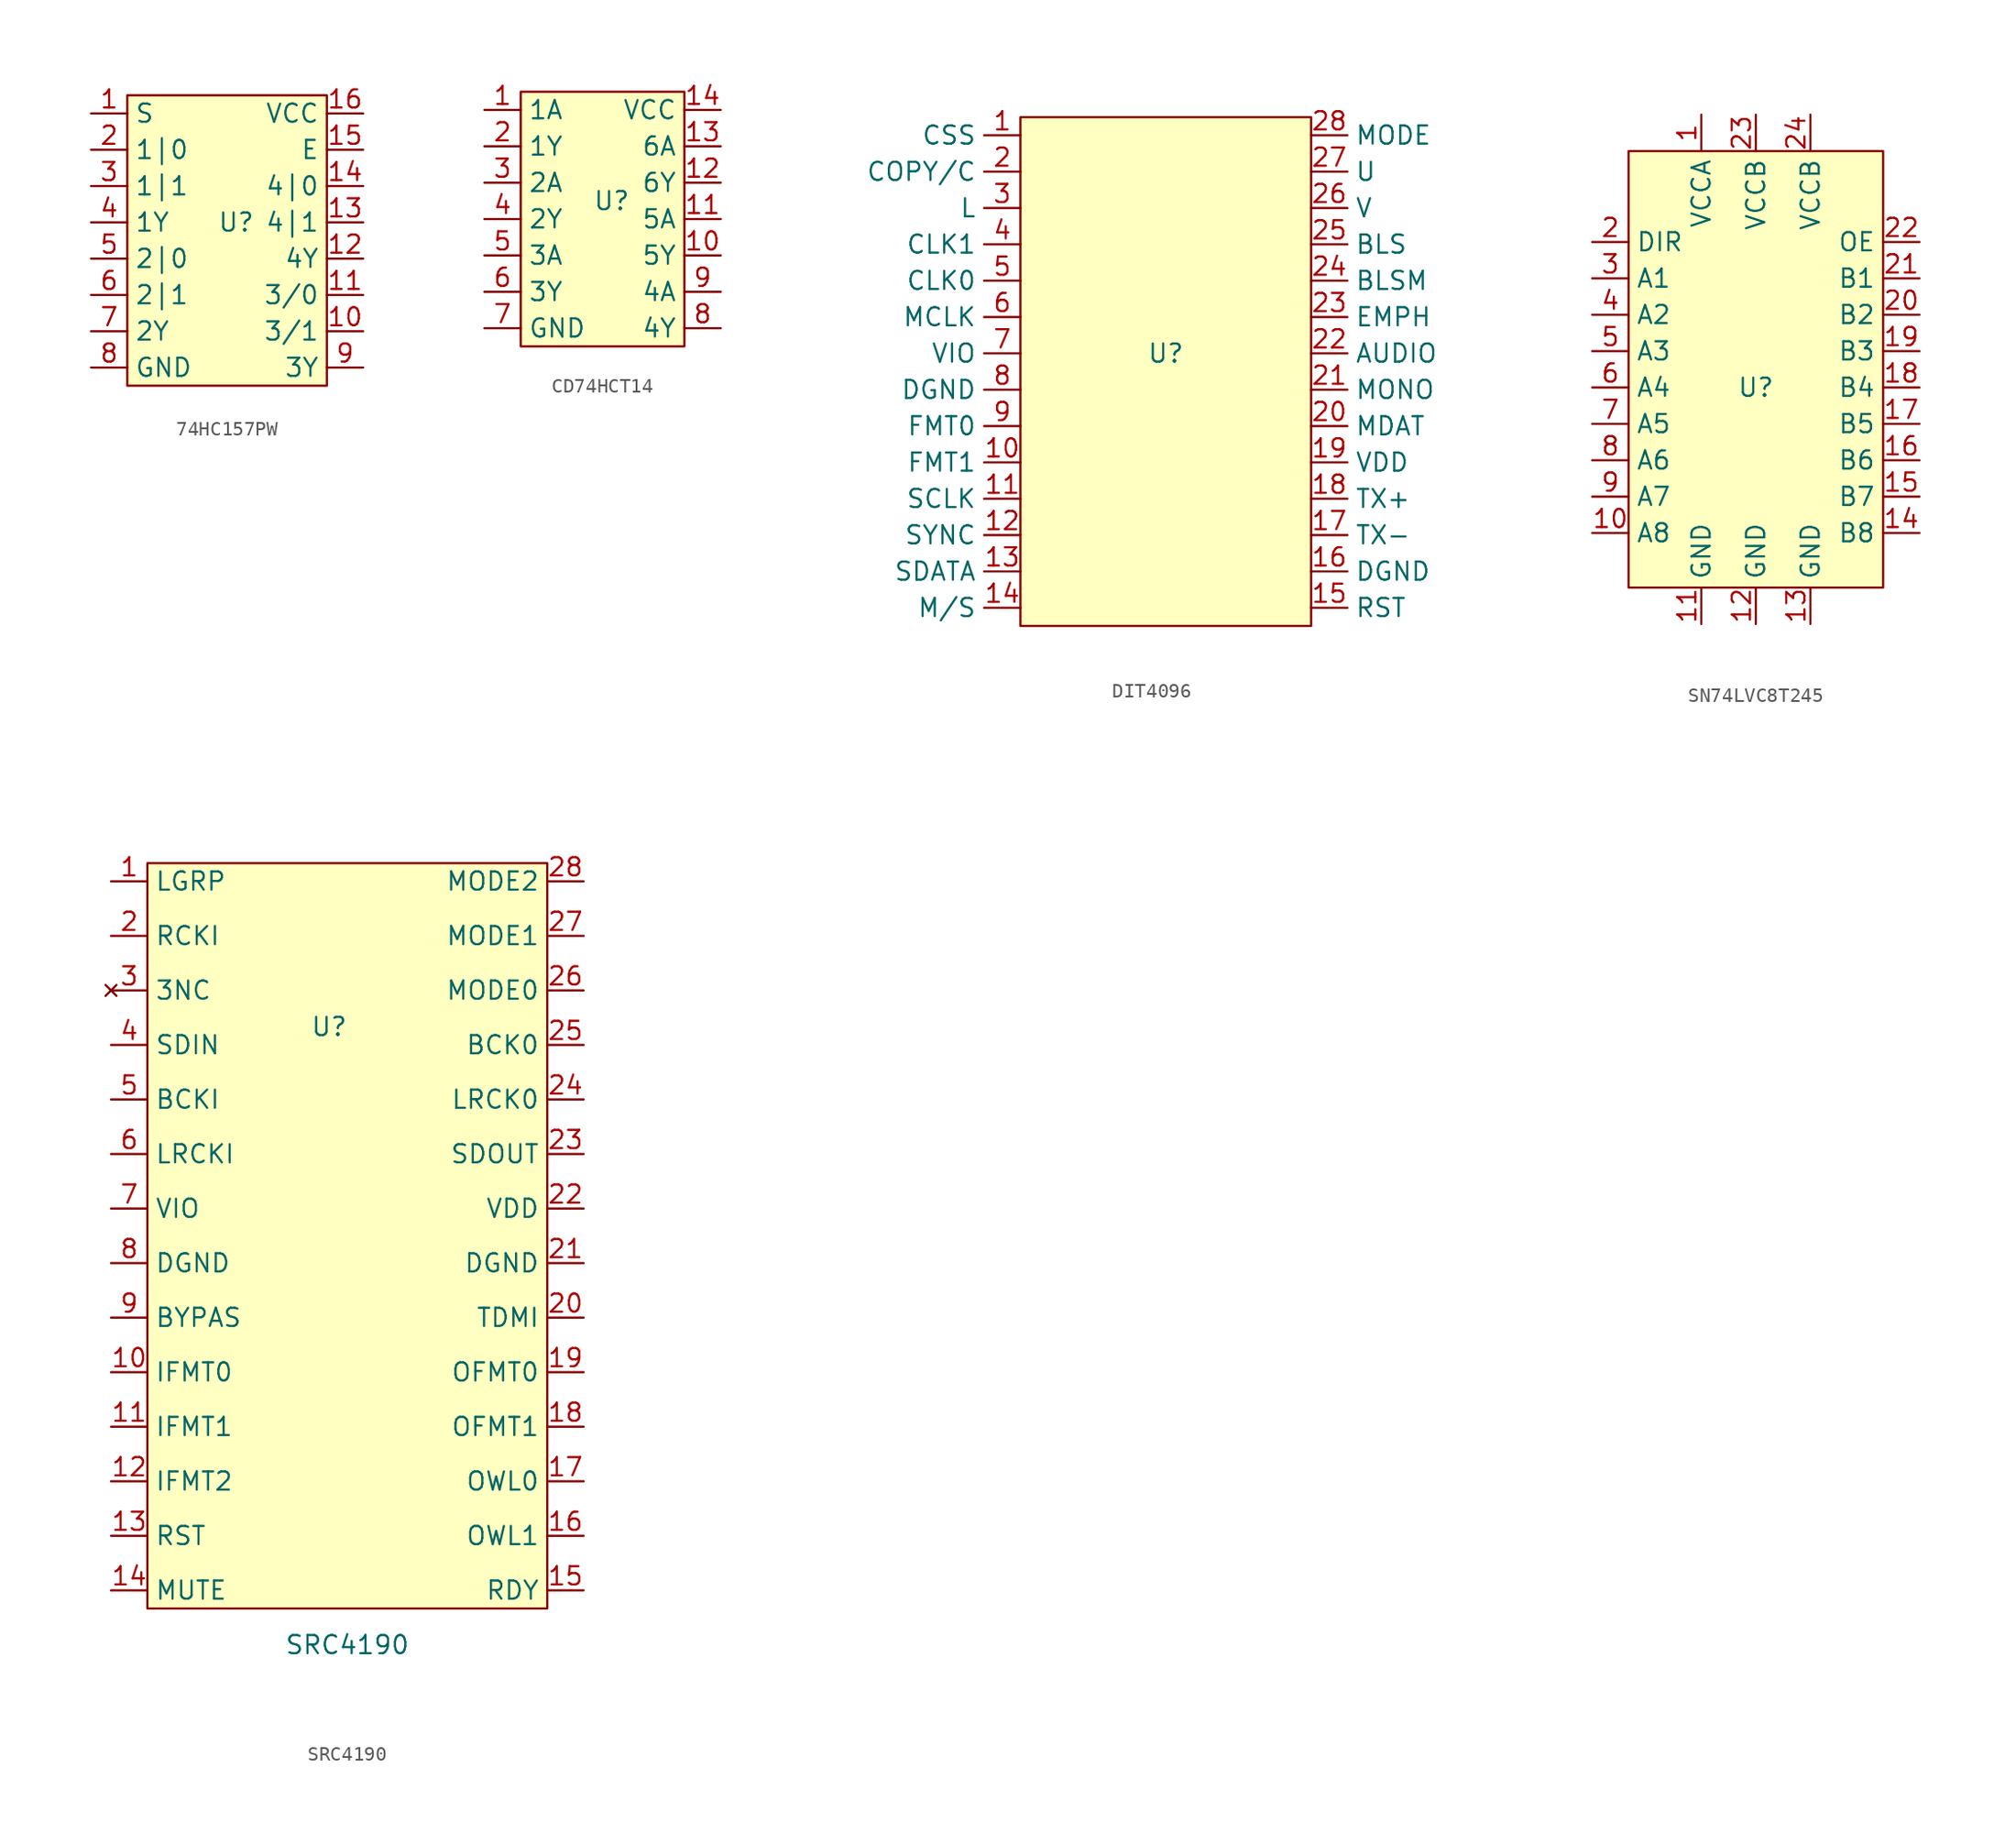
<source format=kicad_sym>
(kicad_symbol_lib
  (version 20231120)
  (generator "kicad_symbol_editor")
  (generator_version "8.0")
  (symbol "74HC157PW"
    (property "Reference" "U"
      (at 0 0 0)
      (effects (font (size 1.27 1.27))))
    (property "Value" ""
      (at 1.27 -2.54 0)
      (effects (font (size 1.27 1.27))))
    (symbol "74HC157PW_1_1"
      (rectangle (start -7.62 8.89) (end 6.35 -11.43) (stroke (width 0) (type default)) (fill (type background)))
      (pin input line (at -10.16 7.62 0) (length 2.54) (name "S" (effects (font (size 1.27 1.27)))) (number "1" (effects (font (size 1.27 1.27)))))
      (pin input line (at 8.89 -7.62 180) (length 2.54) (name "3/1" (effects (font (size 1.27 1.27)))) (number "10" (effects (font (size 1.27 1.27)))))
      (pin input line (at 8.89 -5.08 180) (length 2.54) (name "3/0" (effects (font (size 1.27 1.27)))) (number "11" (effects (font (size 1.27 1.27)))))
      (pin output line (at 8.89 -2.54 180) (length 2.54) (name "4Y" (effects (font (size 1.27 1.27)))) (number "12" (effects (font (size 1.27 1.27)))))
      (pin input line (at 8.89 0 180) (length 2.54) (name "4|1" (effects (font (size 1.27 1.27)))) (number "13" (effects (font (size 1.27 1.27)))))
      (pin input line (at 8.89 2.54 180) (length 2.54) (name "4|0" (effects (font (size 1.27 1.27)))) (number "14" (effects (font (size 1.27 1.27)))))
      (pin input line (at 8.89 5.08 180) (length 2.54) (name "E" (effects (font (size 1.27 1.27)))) (number "15" (effects (font (size 1.27 1.27)))))
      (pin power_in line (at 8.89 7.62 180) (length 2.54) (name "VCC" (effects (font (size 1.27 1.27)))) (number "16" (effects (font (size 1.27 1.27)))))
      (pin input line (at -10.16 5.08 0) (length 2.54) (name "1|0" (effects (font (size 1.27 1.27)))) (number "2" (effects (font (size 1.27 1.27)))))
      (pin input line (at -10.16 2.54 0) (length 2.54) (name "1|1" (effects (font (size 1.27 1.27)))) (number "3" (effects (font (size 1.27 1.27)))))
      (pin output line (at -10.16 0 0) (length 2.54) (name "1Y" (effects (font (size 1.27 1.27)))) (number "4" (effects (font (size 1.27 1.27)))))
      (pin input line (at -10.16 -2.54 0) (length 2.54) (name "2|0" (effects (font (size 1.27 1.27)))) (number "5" (effects (font (size 1.27 1.27)))))
      (pin input line (at -10.16 -5.08 0) (length 2.54) (name "2|1" (effects (font (size 1.27 1.27)))) (number "6" (effects (font (size 1.27 1.27)))))
      (pin output line (at -10.16 -7.62 0) (length 2.54) (name "2Y" (effects (font (size 1.27 1.27)))) (number "7" (effects (font (size 1.27 1.27)))))
      (pin power_in line (at -10.16 -10.16 0) (length 2.54) (name "GND" (effects (font (size 1.27 1.27)))) (number "8" (effects (font (size 1.27 1.27)))))
      (pin output line (at 8.89 -10.16 180) (length 2.54) (name "3Y" (effects (font (size 1.27 1.27)))) (number "9" (effects (font (size 1.27 1.27)))))))
  (symbol "CD74HCT14"
    (property "Reference" "U"
      (at 0 0 0)
      (effects (font (size 1.27 1.27))))
    (property "Value" ""
      (at 0 0 0)
      (effects (font (size 1.27 1.27))))
    (symbol "CD74HCT14_1_1"
      (rectangle (start -6.35 7.62) (end 5.08 -10.16) (stroke (width 0) (type default)) (fill (type background)))
      (pin input line (at -8.89 6.35 0) (length 2.54) (name "1A" (effects (font (size 1.27 1.27)))) (number "1" (effects (font (size 1.27 1.27)))))
      (pin input line (at 7.62 -3.81 180) (length 2.54) (name "5Y" (effects (font (size 1.27 1.27)))) (number "10" (effects (font (size 1.27 1.27)))))
      (pin input line (at 7.62 -1.27 180) (length 2.54) (name "5A" (effects (font (size 1.27 1.27)))) (number "11" (effects (font (size 1.27 1.27)))))
      (pin input line (at 7.62 1.27 180) (length 2.54) (name "6Y" (effects (font (size 1.27 1.27)))) (number "12" (effects (font (size 1.27 1.27)))))
      (pin input line (at 7.62 3.81 180) (length 2.54) (name "6A" (effects (font (size 1.27 1.27)))) (number "13" (effects (font (size 1.27 1.27)))))
      (pin power_in line (at 7.62 6.35 180) (length 2.54) (name "VCC" (effects (font (size 1.27 1.27)))) (number "14" (effects (font (size 1.27 1.27)))))
      (pin output line (at -8.89 3.81 0) (length 2.54) (name "1Y" (effects (font (size 1.27 1.27)))) (number "2" (effects (font (size 1.27 1.27)))))
      (pin input line (at -8.89 1.27 0) (length 2.54) (name "2A" (effects (font (size 1.27 1.27)))) (number "3" (effects (font (size 1.27 1.27)))))
      (pin output line (at -8.89 -1.27 0) (length 2.54) (name "2Y" (effects (font (size 1.27 1.27)))) (number "4" (effects (font (size 1.27 1.27)))))
      (pin input line (at -8.89 -3.81 0) (length 2.54) (name "3A" (effects (font (size 1.27 1.27)))) (number "5" (effects (font (size 1.27 1.27)))))
      (pin output line (at -8.89 -6.35 0) (length 2.54) (name "3Y" (effects (font (size 1.27 1.27)))) (number "6" (effects (font (size 1.27 1.27)))))
      (pin power_in line (at -8.89 -8.89 0) (length 2.54) (name "GND" (effects (font (size 1.27 1.27)))) (number "7" (effects (font (size 1.27 1.27)))))
      (pin input line (at 7.62 -8.89 180) (length 2.54) (name "4Y" (effects (font (size 1.27 1.27)))) (number "8" (effects (font (size 1.27 1.27)))))
      (pin input line (at 7.62 -6.35 180) (length 2.54) (name "4A" (effects (font (size 1.27 1.27)))) (number "9" (effects (font (size 1.27 1.27)))))))
  (symbol "DIT4096"
    (property "Reference" "U"
      (at 0 0 0)
      (effects (font (size 1.27 1.27))))
    (property "Value" ""
      (at 0 0 0)
      (effects (font (size 1.27 1.27))))
    (symbol "DIT4096_1_1"
      (rectangle (start -10.16 16.51) (end 10.16 -19.05) (stroke (width 0) (type default)) (fill (type background)))
      (pin input line (at -10.16 15.24 180) (length 2.54) (name "CSS" (effects (font (size 1.27 1.27)))) (number "1" (effects (font (size 1.27 1.27)))))
      (pin input line (at -10.16 -7.62 180) (length 2.54) (name "FMT1" (effects (font (size 1.27 1.27)))) (number "10" (effects (font (size 1.27 1.27)))))
      (pin input line (at -10.16 -10.16 180) (length 2.54) (name "SCLK" (effects (font (size 1.27 1.27)))) (number "11" (effects (font (size 1.27 1.27)))))
      (pin input line (at -10.16 -12.7 180) (length 2.54) (name "SYNC" (effects (font (size 1.27 1.27)))) (number "12" (effects (font (size 1.27 1.27)))))
      (pin input line (at -10.16 -15.24 180) (length 2.54) (name "SDATA" (effects (font (size 1.27 1.27)))) (number "13" (effects (font (size 1.27 1.27)))))
      (pin input line (at -10.16 -17.78 180) (length 2.54) (name "M/S" (effects (font (size 1.27 1.27)))) (number "14" (effects (font (size 1.27 1.27)))))
      (pin input line (at 10.16 -17.78 0) (length 2.54) (name "RST" (effects (font (size 1.27 1.27)))) (number "15" (effects (font (size 1.27 1.27)))))
      (pin power_in line (at 10.16 -15.24 0) (length 2.54) (name "DGND" (effects (font (size 1.27 1.27)))) (number "16" (effects (font (size 1.27 1.27)))))
      (pin output line (at 10.16 -12.7 0) (length 2.54) (name "TX-" (effects (font (size 1.27 1.27)))) (number "17" (effects (font (size 1.27 1.27)))))
      (pin output line (at 10.16 -10.16 0) (length 2.54) (name "TX+" (effects (font (size 1.27 1.27)))) (number "18" (effects (font (size 1.27 1.27)))))
      (pin power_in line (at 10.16 -7.62 0) (length 2.54) (name "VDD" (effects (font (size 1.27 1.27)))) (number "19" (effects (font (size 1.27 1.27)))))
      (pin input line (at -10.16 12.7 180) (length 2.54) (name "COPY/C" (effects (font (size 1.27 1.27)))) (number "2" (effects (font (size 1.27 1.27)))))
      (pin input line (at 10.16 -5.08 0) (length 2.54) (name "MDAT" (effects (font (size 1.27 1.27)))) (number "20" (effects (font (size 1.27 1.27)))))
      (pin input line (at 10.16 -2.54 0) (length 2.54) (name "MONO" (effects (font (size 1.27 1.27)))) (number "21" (effects (font (size 1.27 1.27)))))
      (pin input line (at 10.16 0 0) (length 2.54) (name "AUDIO" (effects (font (size 1.27 1.27)))) (number "22" (effects (font (size 1.27 1.27)))))
      (pin input line (at 10.16 2.54 0) (length 2.54) (name "EMPH" (effects (font (size 1.27 1.27)))) (number "23" (effects (font (size 1.27 1.27)))))
      (pin input line (at 10.16 5.08 0) (length 2.54) (name "BLSM" (effects (font (size 1.27 1.27)))) (number "24" (effects (font (size 1.27 1.27)))))
      (pin input line (at 10.16 7.62 0) (length 2.54) (name "BLS" (effects (font (size 1.27 1.27)))) (number "25" (effects (font (size 1.27 1.27)))))
      (pin input line (at 10.16 10.16 0) (length 2.54) (name "V" (effects (font (size 1.27 1.27)))) (number "26" (effects (font (size 1.27 1.27)))))
      (pin input line (at 10.16 12.7 0) (length 2.54) (name "U" (effects (font (size 1.27 1.27)))) (number "27" (effects (font (size 1.27 1.27)))))
      (pin input line (at 10.16 15.24 0) (length 2.54) (name "MODE" (effects (font (size 1.27 1.27)))) (number "28" (effects (font (size 1.27 1.27)))))
      (pin input line (at -10.16 10.16 180) (length 2.54) (name "L" (effects (font (size 1.27 1.27)))) (number "3" (effects (font (size 1.27 1.27)))))
      (pin input line (at -10.16 7.62 180) (length 2.54) (name "CLK1" (effects (font (size 1.27 1.27)))) (number "4" (effects (font (size 1.27 1.27)))))
      (pin input line (at -10.16 5.08 180) (length 2.54) (name "CLK0" (effects (font (size 1.27 1.27)))) (number "5" (effects (font (size 1.27 1.27)))))
      (pin input line (at -10.16 2.54 180) (length 2.54) (name "MCLK" (effects (font (size 1.27 1.27)))) (number "6" (effects (font (size 1.27 1.27)))))
      (pin input line (at -10.16 0 180) (length 2.54) (name "VIO" (effects (font (size 1.27 1.27)))) (number "7" (effects (font (size 1.27 1.27)))))
      (pin power_in line (at -10.16 -2.54 180) (length 2.54) (name "DGND" (effects (font (size 1.27 1.27)))) (number "8" (effects (font (size 1.27 1.27)))))
      (pin input line (at -10.16 -5.08 180) (length 2.54) (name "FMT0" (effects (font (size 1.27 1.27)))) (number "9" (effects (font (size 1.27 1.27)))))))
  (symbol "SN74LVC8T245"
    (property "Reference" "U"
      (at 0 0 0)
      (effects (font (size 1.27 1.27))))
    (property "Value" ""
      (at 0 0 0)
      (effects (font (size 1.27 1.27))))
    (symbol "SN74LVC8T245_1_1"
      (rectangle (start -8.89 16.51) (end 8.89 -13.97) (stroke (width 0) (type default)) (fill (type background)))
      (pin power_in line (at -3.81 19.05 270) (length 2.54) (name "VCCA" (effects (font (size 1.27 1.27)))) (number "1" (effects (font (size 1.27 1.27)))))
      (pin bidirectional line (at -11.43 -10.16 0) (length 2.54) (name "A8" (effects (font (size 1.27 1.27)))) (number "10" (effects (font (size 1.27 1.27)))))
      (pin power_in line (at -3.81 -16.51 90) (length 2.54) (name "GND" (effects (font (size 1.27 1.27)))) (number "11" (effects (font (size 1.27 1.27)))))
      (pin power_in line (at 0 -16.51 90) (length 2.54) (name "GND" (effects (font (size 1.27 1.27)))) (number "12" (effects (font (size 1.27 1.27)))))
      (pin power_in line (at 3.81 -16.51 90) (length 2.54) (name "GND" (effects (font (size 1.27 1.27)))) (number "13" (effects (font (size 1.27 1.27)))))
      (pin bidirectional line (at 11.43 -10.16 180) (length 2.54) (name "B8" (effects (font (size 1.27 1.27)))) (number "14" (effects (font (size 1.27 1.27)))))
      (pin bidirectional line (at 11.43 -7.62 180) (length 2.54) (name "B7" (effects (font (size 1.27 1.27)))) (number "15" (effects (font (size 1.27 1.27)))))
      (pin bidirectional line (at 11.43 -5.08 180) (length 2.54) (name "B6" (effects (font (size 1.27 1.27)))) (number "16" (effects (font (size 1.27 1.27)))))
      (pin bidirectional line (at 11.43 -2.54 180) (length 2.54) (name "B5" (effects (font (size 1.27 1.27)))) (number "17" (effects (font (size 1.27 1.27)))))
      (pin bidirectional line (at 11.43 0 180) (length 2.54) (name "B4" (effects (font (size 1.27 1.27)))) (number "18" (effects (font (size 1.27 1.27)))))
      (pin bidirectional line (at 11.43 2.54 180) (length 2.54) (name "B3" (effects (font (size 1.27 1.27)))) (number "19" (effects (font (size 1.27 1.27)))))
      (pin input line (at -11.43 10.16 0) (length 2.54) (name "DIR" (effects (font (size 1.27 1.27)))) (number "2" (effects (font (size 1.27 1.27)))))
      (pin bidirectional line (at 11.43 5.08 180) (length 2.54) (name "B2" (effects (font (size 1.27 1.27)))) (number "20" (effects (font (size 1.27 1.27)))))
      (pin bidirectional line (at 11.43 7.62 180) (length 2.54) (name "B1" (effects (font (size 1.27 1.27)))) (number "21" (effects (font (size 1.27 1.27)))))
      (pin input line (at 11.43 10.16 180) (length 2.54) (name "OE" (effects (font (size 1.27 1.27)))) (number "22" (effects (font (size 1.27 1.27)))))
      (pin power_in line (at 0 19.05 270) (length 2.54) (name "VCCB" (effects (font (size 1.27 1.27)))) (number "23" (effects (font (size 1.27 1.27)))))
      (pin power_in line (at 3.81 19.05 270) (length 2.54) (name "VCCB" (effects (font (size 1.27 1.27)))) (number "24" (effects (font (size 1.27 1.27)))))
      (pin bidirectional line (at -11.43 7.62 0) (length 2.54) (name "A1" (effects (font (size 1.27 1.27)))) (number "3" (effects (font (size 1.27 1.27)))))
      (pin bidirectional line (at -11.43 5.08 0) (length 2.54) (name "A2" (effects (font (size 1.27 1.27)))) (number "4" (effects (font (size 1.27 1.27)))))
      (pin bidirectional line (at -11.43 2.54 0) (length 2.54) (name "A3" (effects (font (size 1.27 1.27)))) (number "5" (effects (font (size 1.27 1.27)))))
      (pin bidirectional line (at -11.43 0 0) (length 2.54) (name "A4" (effects (font (size 1.27 1.27)))) (number "6" (effects (font (size 1.27 1.27)))))
      (pin bidirectional line (at -11.43 -2.54 0) (length 2.54) (name "A5" (effects (font (size 1.27 1.27)))) (number "7" (effects (font (size 1.27 1.27)))))
      (pin bidirectional line (at -11.43 -5.08 0) (length 2.54) (name "A6" (effects (font (size 1.27 1.27)))) (number "8" (effects (font (size 1.27 1.27)))))
      (pin bidirectional line (at -11.43 -7.62 0) (length 2.54) (name "A7" (effects (font (size 1.27 1.27)))) (number "9" (effects (font (size 1.27 1.27)))))))
  (symbol "SRC4190"
    (property "Reference" "U"
      (at -1.27 13.97 0)
      (effects (font (size 1.27 1.27))))
    (property "Value" "SRC4190"
      (at 0 -29.21 0)
      (effects (font (size 1.27 1.27))))
    (symbol "SRC4190_1_1"
      (rectangle (start -13.97 25.4) (end 13.97 -26.67) (stroke (width 0) (type default)) (fill (type background)))
      (pin input line (at -16.51 24.13 0) (length 2.54) (name "LGRP" (effects (font (size 1.27 1.27)))) (number "1" (effects (font (size 1.27 1.27)))))
      (pin input line (at -16.51 -10.16 0) (length 2.54) (name "IFMT0" (effects (font (size 1.27 1.27)))) (number "10" (effects (font (size 1.27 1.27)))))
      (pin input line (at -16.51 -13.97 0) (length 2.54) (name "IFMT1" (effects (font (size 1.27 1.27)))) (number "11" (effects (font (size 1.27 1.27)))))
      (pin input line (at -16.51 -17.78 0) (length 2.54) (name "IFMT2" (effects (font (size 1.27 1.27)))) (number "12" (effects (font (size 1.27 1.27)))))
      (pin input line (at -16.51 -21.59 0) (length 2.54) (name "RST" (effects (font (size 1.27 1.27)))) (number "13" (effects (font (size 1.27 1.27)))))
      (pin input line (at -16.51 -25.4 0) (length 2.54) (name "MUTE" (effects (font (size 1.27 1.27)))) (number "14" (effects (font (size 1.27 1.27)))))
      (pin output line (at 16.51 -25.4 180) (length 2.54) (name "RDY" (effects (font (size 1.27 1.27)))) (number "15" (effects (font (size 1.27 1.27)))))
      (pin input line (at 16.51 -21.59 180) (length 2.54) (name "OWL1" (effects (font (size 1.27 1.27)))) (number "16" (effects (font (size 1.27 1.27)))))
      (pin input line (at 16.51 -17.78 180) (length 2.54) (name "OWL0" (effects (font (size 1.27 1.27)))) (number "17" (effects (font (size 1.27 1.27)))))
      (pin input line (at 16.51 -13.97 180) (length 2.54) (name "OFMT1" (effects (font (size 1.27 1.27)))) (number "18" (effects (font (size 1.27 1.27)))))
      (pin input line (at 16.51 -10.16 180) (length 2.54) (name "OFMT0" (effects (font (size 1.27 1.27)))) (number "19" (effects (font (size 1.27 1.27)))))
      (pin input line (at -16.51 20.32 0) (length 2.54) (name "RCKI" (effects (font (size 1.27 1.27)))) (number "2" (effects (font (size 1.27 1.27)))))
      (pin input line (at 16.51 -6.35 180) (length 2.54) (name "TDMI" (effects (font (size 1.27 1.27)))) (number "20" (effects (font (size 1.27 1.27)))))
      (pin power_in line (at 16.51 -2.54 180) (length 2.54) (name "DGND" (effects (font (size 1.27 1.27)))) (number "21" (effects (font (size 1.27 1.27)))))
      (pin power_in line (at 16.51 1.27 180) (length 2.54) (name "VDD" (effects (font (size 1.27 1.27)))) (number "22" (effects (font (size 1.27 1.27)))))
      (pin output line (at 16.51 5.08 180) (length 2.54) (name "SDOUT" (effects (font (size 1.27 1.27)))) (number "23" (effects (font (size 1.27 1.27)))))
      (pin bidirectional line (at 16.51 8.89 180) (length 2.54) (name "LRCK0" (effects (font (size 1.27 1.27)))) (number "24" (effects (font (size 1.27 1.27)))))
      (pin bidirectional line (at 16.51 12.7 180) (length 2.54) (name "BCK0" (effects (font (size 1.27 1.27)))) (number "25" (effects (font (size 1.27 1.27)))))
      (pin input line (at 16.51 16.51 180) (length 2.54) (name "MODE0" (effects (font (size 1.27 1.27)))) (number "26" (effects (font (size 1.27 1.27)))))
      (pin input line (at 16.51 20.32 180) (length 2.54) (name "MODE1" (effects (font (size 1.27 1.27)))) (number "27" (effects (font (size 1.27 1.27)))))
      (pin input line (at 16.51 24.13 180) (length 2.54) (name "MODE2" (effects (font (size 1.27 1.27)))) (number "28" (effects (font (size 1.27 1.27)))))
      (pin no_connect line (at -16.51 16.51 0) (length 2.54) (name "3NC" (effects (font (size 1.27 1.27)))) (number "3" (effects (font (size 1.27 1.27)))))
      (pin input line (at -16.51 12.7 0) (length 2.54) (name "SDIN" (effects (font (size 1.27 1.27)))) (number "4" (effects (font (size 1.27 1.27)))))
      (pin bidirectional line (at -16.51 8.89 0) (length 2.54) (name "BCKI" (effects (font (size 1.27 1.27)))) (number "5" (effects (font (size 1.27 1.27)))))
      (pin bidirectional line (at -16.51 5.08 0) (length 2.54) (name "LRCKI" (effects (font (size 1.27 1.27)))) (number "6" (effects (font (size 1.27 1.27)))))
      (pin power_in line (at -16.51 1.27 0) (length 2.54) (name "VIO" (effects (font (size 1.27 1.27)))) (number "7" (effects (font (size 1.27 1.27)))))
      (pin power_in line (at -16.51 -2.54 0) (length 2.54) (name "DGND" (effects (font (size 1.27 1.27)))) (number "8" (effects (font (size 1.27 1.27)))))
      (pin input line (at -16.51 -6.35 0) (length 2.54) (name "BYPAS" (effects (font (size 1.27 1.27)))) (number "9" (effects (font (size 1.27 1.27))))))))
</source>
